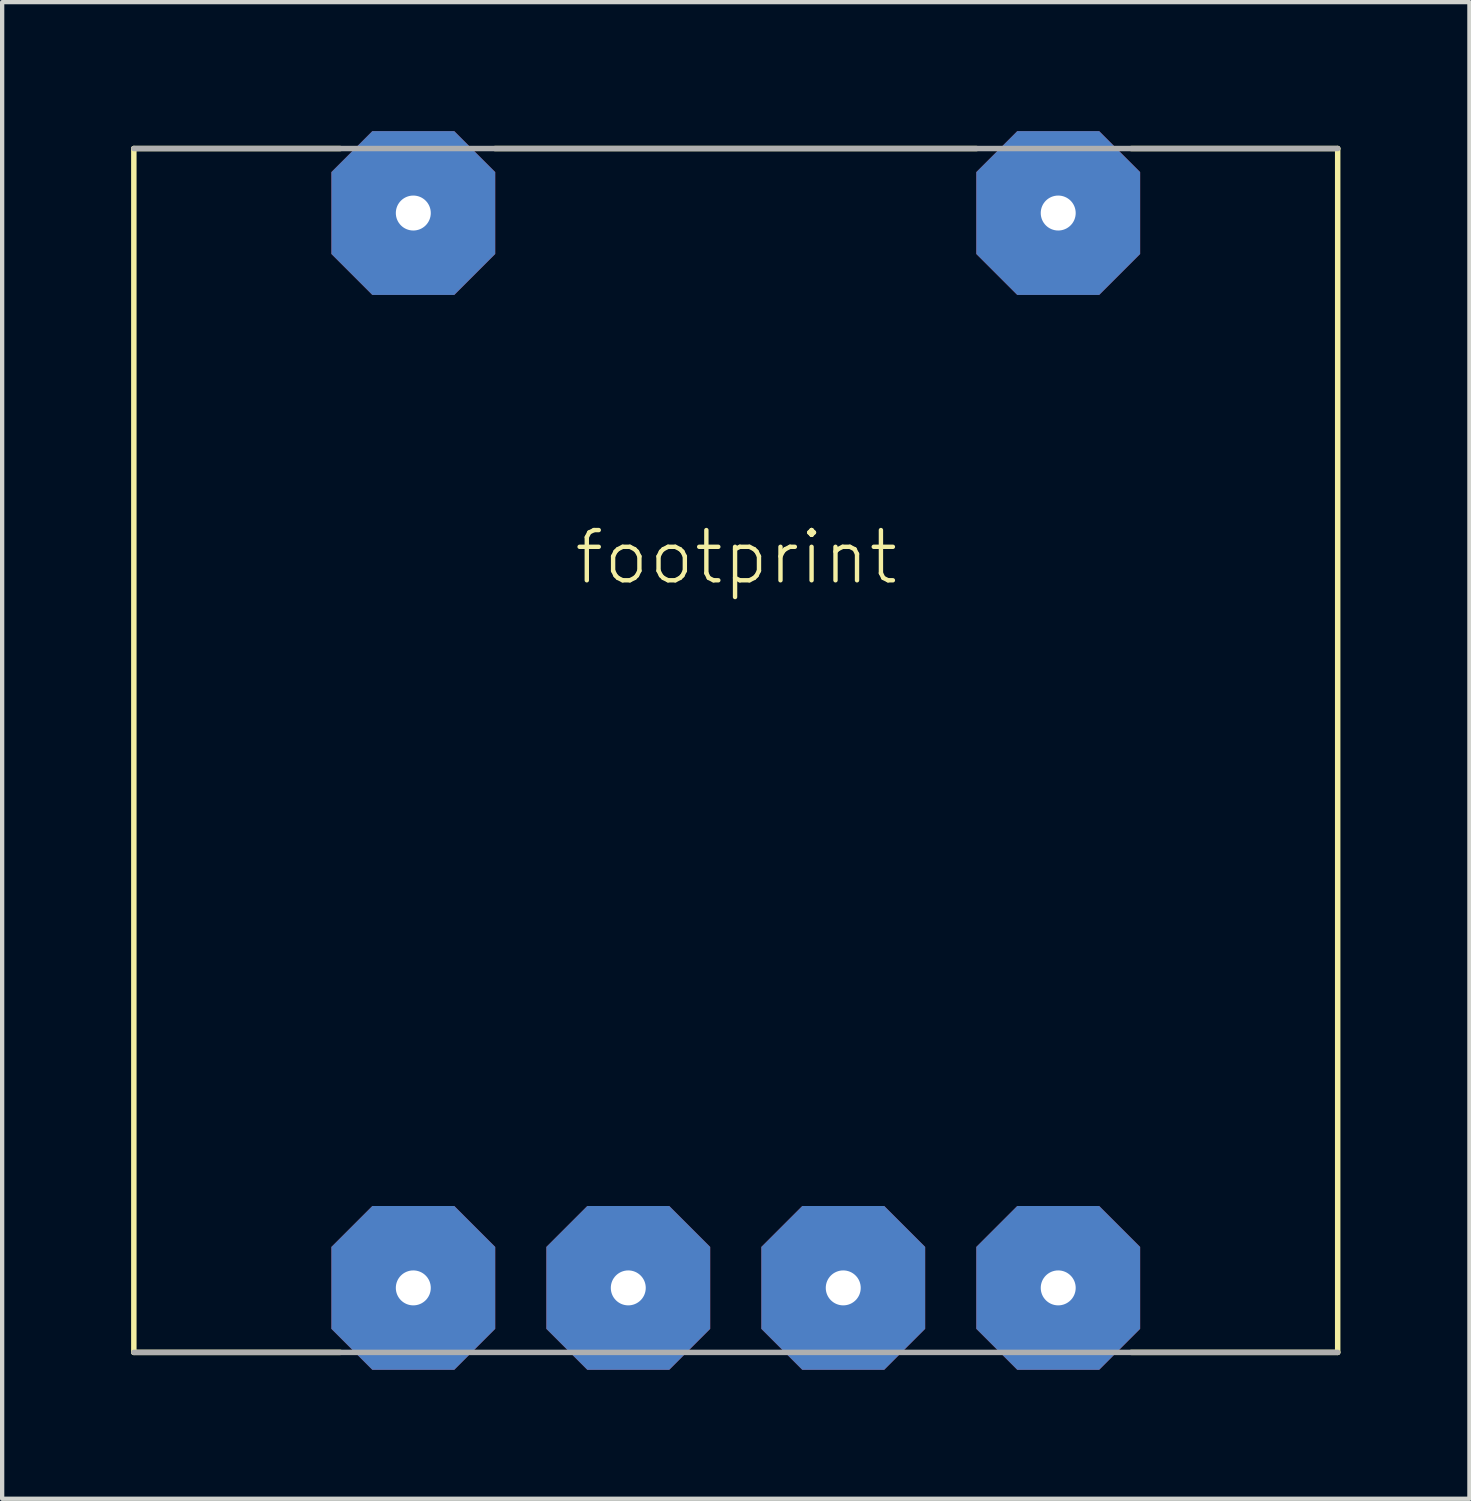
<source format=kicad_pcb>
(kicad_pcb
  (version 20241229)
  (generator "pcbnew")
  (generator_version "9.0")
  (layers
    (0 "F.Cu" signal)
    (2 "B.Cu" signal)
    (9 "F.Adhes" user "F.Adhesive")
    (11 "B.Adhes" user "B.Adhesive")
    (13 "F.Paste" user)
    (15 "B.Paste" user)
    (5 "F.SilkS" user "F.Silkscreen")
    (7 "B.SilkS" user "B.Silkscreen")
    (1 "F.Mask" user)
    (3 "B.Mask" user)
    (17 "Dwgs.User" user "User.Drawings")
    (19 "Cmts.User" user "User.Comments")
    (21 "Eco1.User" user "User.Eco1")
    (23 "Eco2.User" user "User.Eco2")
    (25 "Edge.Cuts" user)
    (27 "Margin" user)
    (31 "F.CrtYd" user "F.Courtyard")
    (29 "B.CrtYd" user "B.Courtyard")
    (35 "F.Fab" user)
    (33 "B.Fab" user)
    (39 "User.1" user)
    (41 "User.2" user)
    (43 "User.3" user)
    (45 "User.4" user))
  (footprint "footprint"
    (layer "F.Cu")
    (at 14.063 14.405)
    (property "Reference" "footprint" (at -3.81 -3.81 0) (layer "F.SilkS") (effects (font (size 1.168 1.168) (thickness 0.102)) (justify left bottom)))
    (fp_line (start -14 -14) (end -9.2 -14) (stroke (width 0.127) (type solid)) (layer "F.SilkS"))
    (fp_line (start -14 14) (end -14 -14) (stroke (width 0.127) (type solid)) (layer "F.SilkS"))
    (fp_line (start -9.2 14) (end -14 14) (stroke (width 0.127) (type solid)) (layer "F.SilkS"))
    (fp_line (start -5.6 -14) (end 5.6 -14) (stroke (width 0.127) (type solid)) (layer "F.SilkS"))
    (fp_line (start 9.2 -14) (end 14 -14) (stroke (width 0.127) (type solid)) (layer "F.SilkS"))
    (fp_line (start 14 -14) (end 14 14) (stroke (width 0.127) (type solid)) (layer "F.SilkS"))
    (fp_line (start 14 14) (end 9.2 14) (stroke (width 0.127) (type solid)) (layer "F.SilkS"))
    (fp_line (start -14 -14) (end 14 -14) (stroke (width 0.127) (type solid)) (layer "F.Fab"))
    (fp_line (start 14 14) (end -14 14) (stroke (width 0.127) (type solid)) (layer "F.Fab"))
    (pad "1" thru_hole roundrect (at -7.5 -12.5) (size 3.81 3.81) (drill 0.813) (layers "*.Cu" "*.Mask") (roundrect_rratio 0.25) (chamfer_ratio 0.25) (chamfer top_left top_right bottom_left bottom_right))
    (pad "2" thru_hole roundrect (at 7.5 -12.5) (size 3.81 3.81) (drill 0.813) (layers "*.Cu" "*.Mask") (roundrect_rratio 0.25) (chamfer_ratio 0.25) (chamfer top_left top_right bottom_left bottom_right))
    (pad "3" thru_hole roundrect (at -2.5 12.5) (size 3.81 3.81) (drill 0.813) (layers "*.Cu" "*.Mask") (roundrect_rratio 0.25) (chamfer_ratio 0.25) (chamfer top_left top_right bottom_left bottom_right))
    (pad "4" thru_hole roundrect (at 2.5 12.5) (size 3.81 3.81) (drill 0.813) (layers "*.Cu" "*.Mask") (roundrect_rratio 0.25) (chamfer_ratio 0.25) (chamfer top_left top_right bottom_left bottom_right))
    (pad "5" thru_hole roundrect (at 7.5 12.5) (size 3.81 3.81) (drill 0.813) (layers "*.Cu" "*.Mask") (roundrect_rratio 0.25) (chamfer_ratio 0.25) (chamfer top_left top_right bottom_left bottom_right))
    (pad "6" thru_hole roundrect (at -7.5 12.5) (size 3.81 3.81) (drill 0.813) (layers "*.Cu" "*.Mask") (roundrect_rratio 0.25) (chamfer_ratio 0.25) (chamfer top_left top_right bottom_left bottom_right)))
  (gr_rect
    (start -3 -3)
    (end 31.127 31.81)
    (stroke (width 0.1) (type default))
    (fill no)
    (layer "Edge.Cuts")))
</source>
